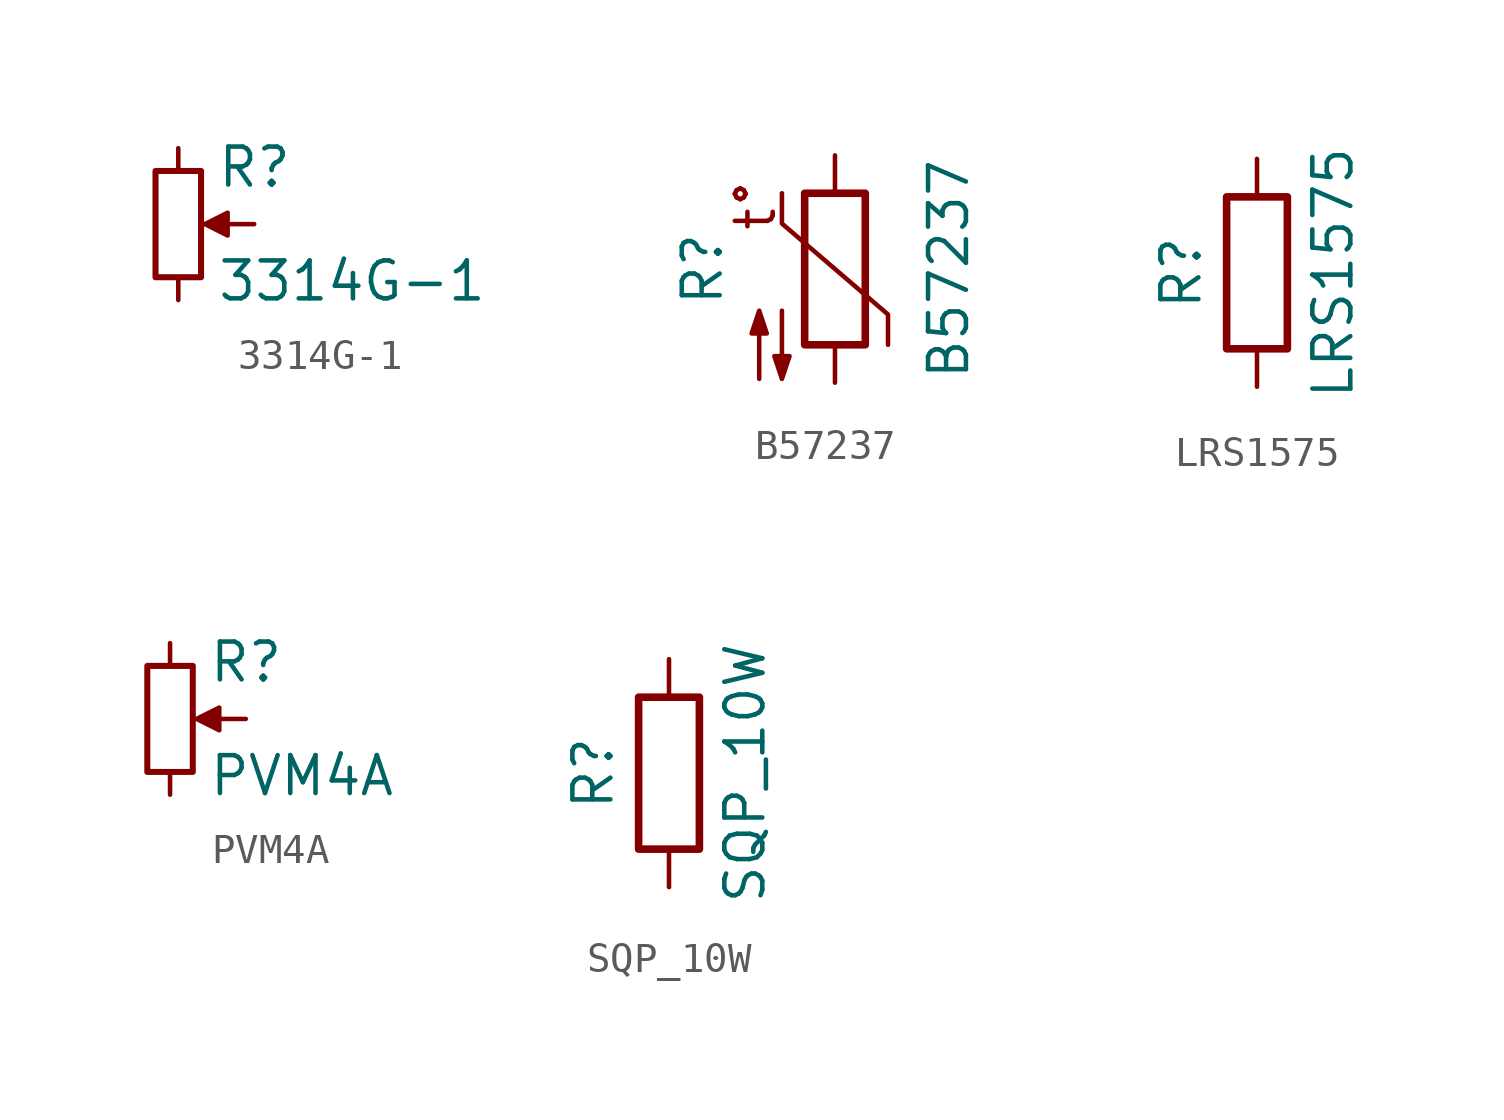
<source format=kicad_sym>
(kicad_symbol_lib
  (version 20211014)
  (generator kicad_symbol_editor)
  (symbol "3314G-1"
    (pin_numbers hide)
    (pin_names
      (offset 0) hide)
    (property "Reference" "R"
      (at 1.27 1.905 0)
      (effects (font (size 1.27 1.27)) (justify left)))
    (property "Value" "3314G-1"
      (at 1.27 -1.905 0)
      (effects (font (size 1.27 1.27)) (justify left)))
    (symbol "3314G-1_0_1"
      (polyline (pts (xy 0.889 0) (xy 1.651 0.381) (xy 1.651 -0.381) (xy 0.889 0)) (stroke (width 0) (type default) (color 0 0 0 0)) (fill (type outline))))
    (symbol "3314G-1_1_1"
      (rectangle (start -0.762 1.778) (end 0.762 -1.778) (stroke (width 0.203) (type default) (color 0 0 0 0)) (fill (type none)))
      (pin passive line (at 0 2.54 270) (length 0.762) (name "1" (effects (font (size 1.27 1.27)))) (number "1" (effects (font (size 1.27 1.27)))))
      (pin passive line (at 2.54 0 180) (length 1.6) (name "2" (effects (font (size 1.27 1.27)))) (number "2" (effects (font (size 1.27 1.27)))))
      (pin passive line (at 0 -2.54 90) (length 0.762) (name "3" (effects (font (size 1.27 1.27)))) (number "3" (effects (font (size 1.27 1.27)))))))
  (symbol "B57237"
    (pin_numbers hide)
    (pin_names
      (offset 1.016))
    (property "Reference" "R"
      (at -4.445 0 90)
      (effects (font (size 1.27 1.27))))
    (property "Value" "B57237"
      (at 3.81 0 90)
      (effects (font (size 1.27 1.27))))
    (symbol "B57237_0_0"
      (text "t°" (at -2.667 2.159 900) (effects (font (size 1.27 1.27)))))
    (symbol "B57237_1_1"
      (rectangle (start -1.016 2.54) (end 1.016 -2.54) (stroke (width 0.254) (type default) (color 0 0 0 0)) (fill (type none)))
      (polyline (pts (xy -1.778 2.54) (xy -1.778 1.524) (xy 1.778 -1.524) (xy 1.778 -2.54)) (stroke (width 0) (type default) (color 0 0 0 0)) (fill (type none)))
      (polyline (pts (xy -2.54 -3.683) (xy -2.54 -1.397) (xy -2.794 -2.159) (xy -2.286 -2.159) (xy -2.54 -1.397) (xy -2.54 -1.651)) (stroke (width 0) (type default) (color 0 0 0 0)) (fill (type outline)))
      (polyline (pts (xy -1.778 -1.397) (xy -1.778 -3.683) (xy -2.032 -2.921) (xy -1.524 -2.921) (xy -1.778 -3.683) (xy -1.778 -3.429)) (stroke (width 0) (type default) (color 0 0 0 0)) (fill (type outline)))
      (pin passive line (at 0 3.81 270) (length 1.27) (name "~" (effects (font (size 1.27 1.27)))) (number "1" (effects (font (size 1.27 1.27)))))
      (pin passive line (at 0 -3.81 90) (length 1.27) (name "~" (effects (font (size 1.27 1.27)))) (number "2" (effects (font (size 1.27 1.27)))))))
  (symbol "LRS1575"
    (pin_numbers hide)
    (pin_names
      (offset 0) hide)
    (property "Reference" "R"
      (at -2.54 0 90)
      (effects (font (size 1.27 1.27))))
    (property "Value" "LRS1575"
      (at 2.54 0 90)
      (effects (font (size 1.27 1.27))))
    (symbol "LRS1575_1_1"
      (rectangle (start -1.016 -2.54) (end 1.016 2.54) (stroke (width 0.254) (type default) (color 0 0 0 0)) (fill (type none)))
      (pin passive line (at 0 3.81 270) (length 1.27) (name "1" (effects (font (size 1.27 1.27)))) (number "1" (effects (font (size 1.27 1.27)))))
      (pin passive line (at 0 -3.81 90) (length 1.27) (name "2" (effects (font (size 1.27 1.27)))) (number "2" (effects (font (size 1.27 1.27)))))))
  (symbol "PVM4A"
    (pin_numbers hide)
    (pin_names
      (offset 0) hide)
    (property "Reference" "R"
      (at 1.27 1.905 0)
      (effects (font (size 1.27 1.27)) (justify left)))
    (property "Value" "PVM4A"
      (at 1.27 -1.905 0)
      (effects (font (size 1.27 1.27)) (justify left)))
    (symbol "PVM4A_1_1"
      (rectangle (start -0.762 1.778) (end 0.762 -1.778) (stroke (width 0.203) (type default) (color 0 0 0 0)) (fill (type none)))
      (polyline (pts (xy 0.889 0) (xy 1.651 0.381) (xy 1.651 -0.381) (xy 0.889 0)) (stroke (width 0) (type default) (color 0 0 0 0)) (fill (type outline)))
      (pin passive line (at 0 2.54 270) (length 0.762) (name "1" (effects (font (size 1.27 1.27)))) (number "1" (effects (font (size 1.27 1.27)))))
      (pin passive line (at 2.54 0 180) (length 1.6) (name "2" (effects (font (size 1.27 1.27)))) (number "2" (effects (font (size 1.27 1.27)))))
      (pin passive line (at 0 -2.54 90) (length 0.762) (name "3" (effects (font (size 1.27 1.27)))) (number "3" (effects (font (size 1.27 1.27)))))))
  (symbol "SQP_10W"
    (pin_numbers hide)
    (pin_names
      (offset 0) hide)
    (property "Reference" "R"
      (at -2.54 0 90)
      (effects (font (size 1.27 1.27))))
    (property "Value" "SQP_10W"
      (at 2.54 0 90)
      (effects (font (size 1.27 1.27))))
    (symbol "SQP_10W_1_1"
      (rectangle (start -1.016 -2.54) (end 1.016 2.54) (stroke (width 0.254) (type default) (color 0 0 0 0)) (fill (type none)))
      (pin passive line (at 0 3.81 270) (length 1.27) (name "~" (effects (font (size 1.27 1.27)))) (number "1" (effects (font (size 1.27 1.27)))))
      (pin passive line (at 0 -3.81 90) (length 1.27) (name "~" (effects (font (size 1.27 1.27)))) (number "2" (effects (font (size 1.27 1.27))))))))
</source>
